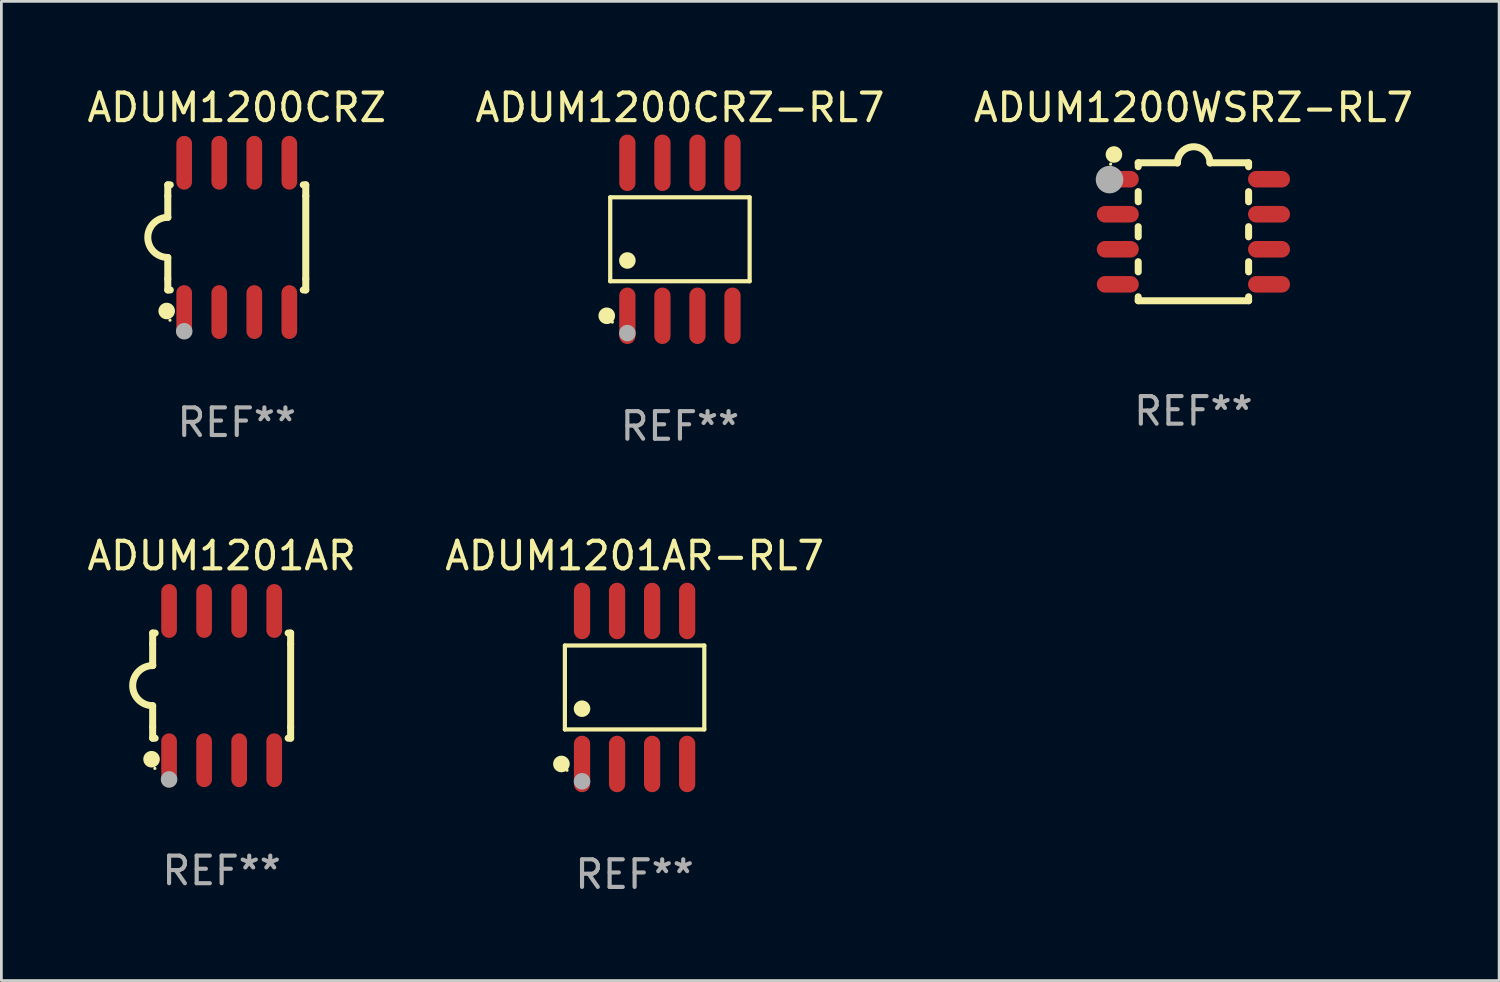
<source format=kicad_pcb>
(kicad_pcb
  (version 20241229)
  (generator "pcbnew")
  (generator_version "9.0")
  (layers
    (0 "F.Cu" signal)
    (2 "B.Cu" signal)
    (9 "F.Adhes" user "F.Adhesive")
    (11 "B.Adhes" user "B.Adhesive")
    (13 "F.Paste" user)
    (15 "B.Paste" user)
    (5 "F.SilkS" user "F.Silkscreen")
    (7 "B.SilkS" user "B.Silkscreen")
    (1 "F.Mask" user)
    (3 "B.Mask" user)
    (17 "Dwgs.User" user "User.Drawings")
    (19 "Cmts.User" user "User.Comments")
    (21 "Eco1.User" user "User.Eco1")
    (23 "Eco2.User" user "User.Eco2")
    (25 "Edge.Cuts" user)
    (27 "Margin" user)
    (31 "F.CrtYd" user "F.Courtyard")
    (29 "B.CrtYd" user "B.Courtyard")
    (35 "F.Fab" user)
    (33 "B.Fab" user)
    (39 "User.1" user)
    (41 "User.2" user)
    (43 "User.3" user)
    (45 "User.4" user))
  (footprint "ADUM1200CRZ"
    (layer "F.Cu")
    (at 5.53 5.553)
    (property "Reference" "ADUM1200CRZ" (at 0 -4.705 0) (layer "F.SilkS") (effects (font (size 1 1) (thickness 0.15))))
    (attr through_hole)
    (fp_line (start -2.5 -1.905) (end -2.409 -1.905) (stroke (width 0.254) (type solid)) (layer "F.SilkS"))
    (fp_line (start -2.5 -1.5) (end -2.5 -1.905) (stroke (width 0.254) (type solid)) (layer "F.SilkS"))
    (fp_line (start -2.5 -1.5) (end -2.5 -0.726) (stroke (width 0.254) (type solid)) (layer "F.SilkS"))
    (fp_line (start -2.5 1.5) (end -2.5 0.727) (stroke (width 0.254) (type solid)) (layer "F.SilkS"))
    (fp_line (start -2.5 1.5) (end -2.5 1.905) (stroke (width 0.254) (type solid)) (layer "F.SilkS"))
    (fp_line (start -2.5 1.905) (end -2.409 1.905) (stroke (width 0.254) (type solid)) (layer "F.SilkS"))
    (fp_line (start 2.5 -1.905) (end 2.409 -1.905) (stroke (width 0.254) (type solid)) (layer "F.SilkS"))
    (fp_line (start 2.5 -1.5) (end 2.5 -1.905) (stroke (width 0.254) (type solid)) (layer "F.SilkS"))
    (fp_line (start 2.5 -1.5) (end 2.5 1.5) (stroke (width 0.254) (type solid)) (layer "F.SilkS"))
    (fp_line (start 2.5 1.5) (end 2.5 1.905) (stroke (width 0.254) (type solid)) (layer "F.SilkS"))
    (fp_line (start 2.5 1.905) (end 2.409 1.905) (stroke (width 0.254) (type solid)) (layer "F.SilkS"))
    (fp_arc (start -2.5 0.726568) (mid -3.220316 -0.0023) (end -2.495097 -0.726289) (stroke (width 0.254001) (type solid)) (layer "F.SilkS"))
    (fp_circle (center -2.54 2.667) (end -2.39 2.667) (stroke (width 0.3) (type solid)) (fill no) (layer "F.SilkS"))
    (fp_circle (center -2.42 3) (end -2.39 3) (stroke (width 0.06) (type solid)) (fill no) (layer "F.SilkS"))
    (fp_circle (center -1.905 3.4) (end -1.755 3.4) (stroke (width 0.3) (type solid)) (fill no) (layer "F.Fab"))
    (fp_text user "REF**" (at 0 6.705 0) (layer "F.Fab") (effects (font (size 1 1) (thickness 0.15))))
    (pad "1" smd oval (at -1.905 2.705) (size 0.568 1.95) (layers "F.Cu" "F.Mask" "F.Paste"))
    (pad "2" smd oval (at -0.635 2.705) (size 0.568 1.95) (layers "F.Cu" "F.Mask" "F.Paste"))
    (pad "3" smd oval (at 0.635 2.705) (size 0.568 1.95) (layers "F.Cu" "F.Mask" "F.Paste"))
    (pad "4" smd oval (at 1.905 2.705) (size 0.568 1.95) (layers "F.Cu" "F.Mask" "F.Paste"))
    (pad "5" smd oval (at 1.905 -2.705) (size 0.568 1.95) (layers "F.Cu" "F.Mask" "F.Paste"))
    (pad "6" smd oval (at 0.635 -2.705) (size 0.568 1.95) (layers "F.Cu" "F.Mask" "F.Paste"))
    (pad "7" smd oval (at -0.635 -2.705) (size 0.568 1.95) (layers "F.Cu" "F.Mask" "F.Paste"))
    (pad "8" smd oval (at -1.905 -2.705) (size 0.568 1.95) (layers "F.Cu" "F.Mask" "F.Paste")))
  (footprint "ADUM1200WSRZ-RL7"
    (layer "F.Cu")
    (at 40.196 5.348)
    (property "Reference" "ADUM1200WSRZ-RL7" (at 0 -4.5 0) (layer "F.SilkS") (effects (font (size 1 1) (thickness 0.15))))
    (attr through_hole)
    (fp_line (start -2 -2.5) (end -2 -2.356) (stroke (width 0.254) (type solid)) (layer "F.SilkS"))
    (fp_line (start -2 -1.454) (end -2 -1.086) (stroke (width 0.254) (type solid)) (layer "F.SilkS"))
    (fp_line (start -2 -0.184) (end -2 0.184) (stroke (width 0.254) (type solid)) (layer "F.SilkS"))
    (fp_line (start -2 1.086) (end -2 1.454) (stroke (width 0.254) (type solid)) (layer "F.SilkS"))
    (fp_line (start -2 2.356) (end -2 2.5) (stroke (width 0.254) (type solid)) (layer "F.SilkS"))
    (fp_line (start -0.58 -2.5) (end -2 -2.5) (stroke (width 0.254) (type solid)) (layer "F.SilkS"))
    (fp_line (start 2 -2.5) (end 0.6 -2.5) (stroke (width 0.254) (type solid)) (layer "F.SilkS"))
    (fp_line (start 2 -2.5) (end 2 -2.356) (stroke (width 0.254) (type solid)) (layer "F.SilkS"))
    (fp_line (start 2 -1.454) (end 2 -1.086) (stroke (width 0.254) (type solid)) (layer "F.SilkS"))
    (fp_line (start 2 -0.184) (end 2 0.184) (stroke (width 0.254) (type solid)) (layer "F.SilkS"))
    (fp_line (start 2 1.086) (end 2 1.454) (stroke (width 0.254) (type solid)) (layer "F.SilkS"))
    (fp_line (start 2 2.356) (end 2 2.5) (stroke (width 0.254) (type solid)) (layer "F.SilkS"))
    (fp_line (start 2 2.5) (end -2 2.5) (stroke (width 0.254) (type solid)) (layer "F.SilkS"))
    (fp_arc (start -0.579908 -2.489992) (mid 0.010097 -3.07831) (end 0.600102 -2.489992) (stroke (width 0.254001) (type solid)) (layer "F.SilkS"))
    (fp_circle (center -3 -2.45) (end -2.97 -2.45) (stroke (width 0.06) (type solid)) (fill no) (layer "F.SilkS"))
    (fp_circle (center -2.88 -2.8) (end -2.73 -2.8) (stroke (width 0.3) (type solid)) (fill no) (layer "F.SilkS"))
    (fp_circle (center -3.04 -1.89) (end -2.79 -1.89) (stroke (width 0.5) (type solid)) (fill no) (layer "F.Fab"))
    (fp_text user "REF**" (at 0 6.5 0) (layer "F.Fab") (effects (font (size 1 1) (thickness 0.15))))
    (pad "1" smd oval (at -2.74 -1.905 90) (size 0.6 1.52) (layers "F.Cu" "F.Mask" "F.Paste"))
    (pad "2" smd oval (at -2.74 -0.635 90) (size 0.6 1.52) (layers "F.Cu" "F.Mask" "F.Paste"))
    (pad "3" smd oval (at -2.74 0.635 90) (size 0.6 1.52) (layers "F.Cu" "F.Mask" "F.Paste"))
    (pad "4" smd oval (at -2.74 1.905 90) (size 0.6 1.52) (layers "F.Cu" "F.Mask" "F.Paste"))
    (pad "5" smd oval (at 2.74 1.905 90) (size 0.6 1.52) (layers "F.Cu" "F.Mask" "F.Paste"))
    (pad "6" smd oval (at 2.74 0.635 90) (size 0.6 1.52) (layers "F.Cu" "F.Mask" "F.Paste"))
    (pad "7" smd oval (at 2.74 -0.635 90) (size 0.6 1.52) (layers "F.Cu" "F.Mask" "F.Paste"))
    (pad "8" smd oval (at 2.74 -1.905 90) (size 0.6 1.52) (layers "F.Cu" "F.Mask" "F.Paste")))
  (footprint "ADUM1201AR"
    (layer "F.Cu")
    (at 4.982 21.795)
    (property "Reference" "ADUM1201AR" (at 0 -4.705 0) (layer "F.SilkS") (effects (font (size 1 1) (thickness 0.15))))
    (attr through_hole)
    (fp_line (start -2.5 -1.905) (end -2.409 -1.905) (stroke (width 0.254) (type solid)) (layer "F.SilkS"))
    (fp_line (start -2.5 -1.5) (end -2.5 -1.905) (stroke (width 0.254) (type solid)) (layer "F.SilkS"))
    (fp_line (start -2.5 -1.5) (end -2.5 -0.726) (stroke (width 0.254) (type solid)) (layer "F.SilkS"))
    (fp_line (start -2.5 1.5) (end -2.5 0.727) (stroke (width 0.254) (type solid)) (layer "F.SilkS"))
    (fp_line (start -2.5 1.5) (end -2.5 1.905) (stroke (width 0.254) (type solid)) (layer "F.SilkS"))
    (fp_line (start -2.5 1.905) (end -2.409 1.905) (stroke (width 0.254) (type solid)) (layer "F.SilkS"))
    (fp_line (start 2.5 -1.905) (end 2.409 -1.905) (stroke (width 0.254) (type solid)) (layer "F.SilkS"))
    (fp_line (start 2.5 -1.5) (end 2.5 -1.905) (stroke (width 0.254) (type solid)) (layer "F.SilkS"))
    (fp_line (start 2.5 -1.5) (end 2.5 1.5) (stroke (width 0.254) (type solid)) (layer "F.SilkS"))
    (fp_line (start 2.5 1.5) (end 2.5 1.905) (stroke (width 0.254) (type solid)) (layer "F.SilkS"))
    (fp_line (start 2.5 1.905) (end 2.409 1.905) (stroke (width 0.254) (type solid)) (layer "F.SilkS"))
    (fp_arc (start -2.5 0.726568) (mid -3.220316 -0.0023) (end -2.495097 -0.726289) (stroke (width 0.254001) (type solid)) (layer "F.SilkS"))
    (fp_circle (center -2.54 2.667) (end -2.39 2.667) (stroke (width 0.3) (type solid)) (fill no) (layer "F.SilkS"))
    (fp_circle (center -2.42 3) (end -2.39 3) (stroke (width 0.06) (type solid)) (fill no) (layer "F.SilkS"))
    (fp_circle (center -1.905 3.4) (end -1.755 3.4) (stroke (width 0.3) (type solid)) (fill no) (layer "F.Fab"))
    (fp_text user "REF**" (at 0 6.705 0) (layer "F.Fab") (effects (font (size 1 1) (thickness 0.15))))
    (pad "1" smd oval (at -1.905 2.705) (size 0.568 1.95) (layers "F.Cu" "F.Mask" "F.Paste"))
    (pad "2" smd oval (at -0.635 2.705) (size 0.568 1.95) (layers "F.Cu" "F.Mask" "F.Paste"))
    (pad "3" smd oval (at 0.635 2.705) (size 0.568 1.95) (layers "F.Cu" "F.Mask" "F.Paste"))
    (pad "4" smd oval (at 1.905 2.705) (size 0.568 1.95) (layers "F.Cu" "F.Mask" "F.Paste"))
    (pad "5" smd oval (at 1.905 -2.705) (size 0.568 1.95) (layers "F.Cu" "F.Mask" "F.Paste"))
    (pad "6" smd oval (at 0.635 -2.705) (size 0.568 1.95) (layers "F.Cu" "F.Mask" "F.Paste"))
    (pad "7" smd oval (at -0.635 -2.705) (size 0.568 1.95) (layers "F.Cu" "F.Mask" "F.Paste"))
    (pad "8" smd oval (at -1.905 -2.705) (size 0.568 1.95) (layers "F.Cu" "F.Mask" "F.Paste")))
  (footprint "ADUM1201AR-RL7"
    (layer "F.Cu")
    (at 19.946 21.862)
    (property "Reference" "ADUM1201AR-RL7" (at 0 -4.772 0) (layer "F.SilkS") (effects (font (size 1 1) (thickness 0.15))))
    (attr through_hole)
    (fp_line (start -2.526 -1.521) (end 2.526 -1.521) (stroke (width 0.152) (type solid)) (layer "F.SilkS"))
    (fp_line (start -2.526 1.521) (end -2.526 -1.521) (stroke (width 0.152) (type solid)) (layer "F.SilkS"))
    (fp_line (start 2.526 -1.521) (end 2.526 1.521) (stroke (width 0.152) (type solid)) (layer "F.SilkS"))
    (fp_line (start 2.526 1.521) (end -2.526 1.521) (stroke (width 0.152) (type solid)) (layer "F.SilkS"))
    (fp_circle (center -2.652 2.772) (end -2.501 2.772) (stroke (width 0.3) (type solid)) (fill no) (layer "F.SilkS"))
    (fp_circle (center -2.45 3) (end -2.42 3) (stroke (width 0.06) (type solid)) (fill no) (layer "F.SilkS"))
    (fp_circle (center -1.905 0.769) (end -1.755 0.769) (stroke (width 0.3) (type solid)) (fill no) (layer "F.SilkS"))
    (fp_circle (center -1.905 3.4) (end -1.755 3.4) (stroke (width 0.3) (type solid)) (fill no) (layer "F.Fab"))
    (fp_text user "REF**" (at 0 6.772 0) (layer "F.Fab") (effects (font (size 1 1) (thickness 0.15))))
    (pad "1" smd oval (at -1.905 2.772) (size 0.588 2.045) (layers "F.Cu" "F.Mask" "F.Paste"))
    (pad "2" smd oval (at -0.635 2.772) (size 0.588 2.045) (layers "F.Cu" "F.Mask" "F.Paste"))
    (pad "3" smd oval (at 0.635 2.772) (size 0.588 2.045) (layers "F.Cu" "F.Mask" "F.Paste"))
    (pad "4" smd oval (at 1.905 2.772) (size 0.588 2.045) (layers "F.Cu" "F.Mask" "F.Paste"))
    (pad "5" smd oval (at 1.905 -2.772) (size 0.588 2.045) (layers "F.Cu" "F.Mask" "F.Paste"))
    (pad "6" smd oval (at 0.635 -2.772) (size 0.588 2.045) (layers "F.Cu" "F.Mask" "F.Paste"))
    (pad "7" smd oval (at -0.635 -2.772) (size 0.588 2.045) (layers "F.Cu" "F.Mask" "F.Paste"))
    (pad "8" smd oval (at -1.905 -2.772) (size 0.588 2.045) (layers "F.Cu" "F.Mask" "F.Paste")))
  (footprint "ADUM1200CRZ-RL7"
    (layer "F.Cu")
    (at 21.589 5.621)
    (property "Reference" "ADUM1200CRZ-RL7" (at 0 -4.772 0) (layer "F.SilkS") (effects (font (size 1 1) (thickness 0.15))))
    (attr through_hole)
    (fp_line (start -2.526 -1.521) (end 2.526 -1.521) (stroke (width 0.152) (type solid)) (layer "F.SilkS"))
    (fp_line (start -2.526 1.521) (end -2.526 -1.521) (stroke (width 0.152) (type solid)) (layer "F.SilkS"))
    (fp_line (start 2.526 -1.521) (end 2.526 1.521) (stroke (width 0.152) (type solid)) (layer "F.SilkS"))
    (fp_line (start 2.526 1.521) (end -2.526 1.521) (stroke (width 0.152) (type solid)) (layer "F.SilkS"))
    (fp_circle (center -2.652 2.772) (end -2.501 2.772) (stroke (width 0.3) (type solid)) (fill no) (layer "F.SilkS"))
    (fp_circle (center -2.45 3) (end -2.42 3) (stroke (width 0.06) (type solid)) (fill no) (layer "F.SilkS"))
    (fp_circle (center -1.905 0.769) (end -1.755 0.769) (stroke (width 0.3) (type solid)) (fill no) (layer "F.SilkS"))
    (fp_circle (center -1.905 3.4) (end -1.755 3.4) (stroke (width 0.3) (type solid)) (fill no) (layer "F.Fab"))
    (fp_text user "REF**" (at 0 6.772 0) (layer "F.Fab") (effects (font (size 1 1) (thickness 0.15))))
    (pad "1" smd oval (at -1.905 2.772) (size 0.588 2.045) (layers "F.Cu" "F.Mask" "F.Paste"))
    (pad "2" smd oval (at -0.635 2.772) (size 0.588 2.045) (layers "F.Cu" "F.Mask" "F.Paste"))
    (pad "3" smd oval (at 0.635 2.772) (size 0.588 2.045) (layers "F.Cu" "F.Mask" "F.Paste"))
    (pad "4" smd oval (at 1.905 2.772) (size 0.588 2.045) (layers "F.Cu" "F.Mask" "F.Paste"))
    (pad "5" smd oval (at 1.905 -2.772) (size 0.588 2.045) (layers "F.Cu" "F.Mask" "F.Paste"))
    (pad "6" smd oval (at 0.635 -2.772) (size 0.588 2.045) (layers "F.Cu" "F.Mask" "F.Paste"))
    (pad "7" smd oval (at -0.635 -2.772) (size 0.588 2.045) (layers "F.Cu" "F.Mask" "F.Paste"))
    (pad "8" smd oval (at -1.905 -2.772) (size 0.588 2.045) (layers "F.Cu" "F.Mask" "F.Paste")))
  (gr_rect
    (start -3 -3)
    (end 51.274 32.483)
    (stroke (width 0.1) (type default))
    (fill no)
    (layer "Edge.Cuts")))
</source>
